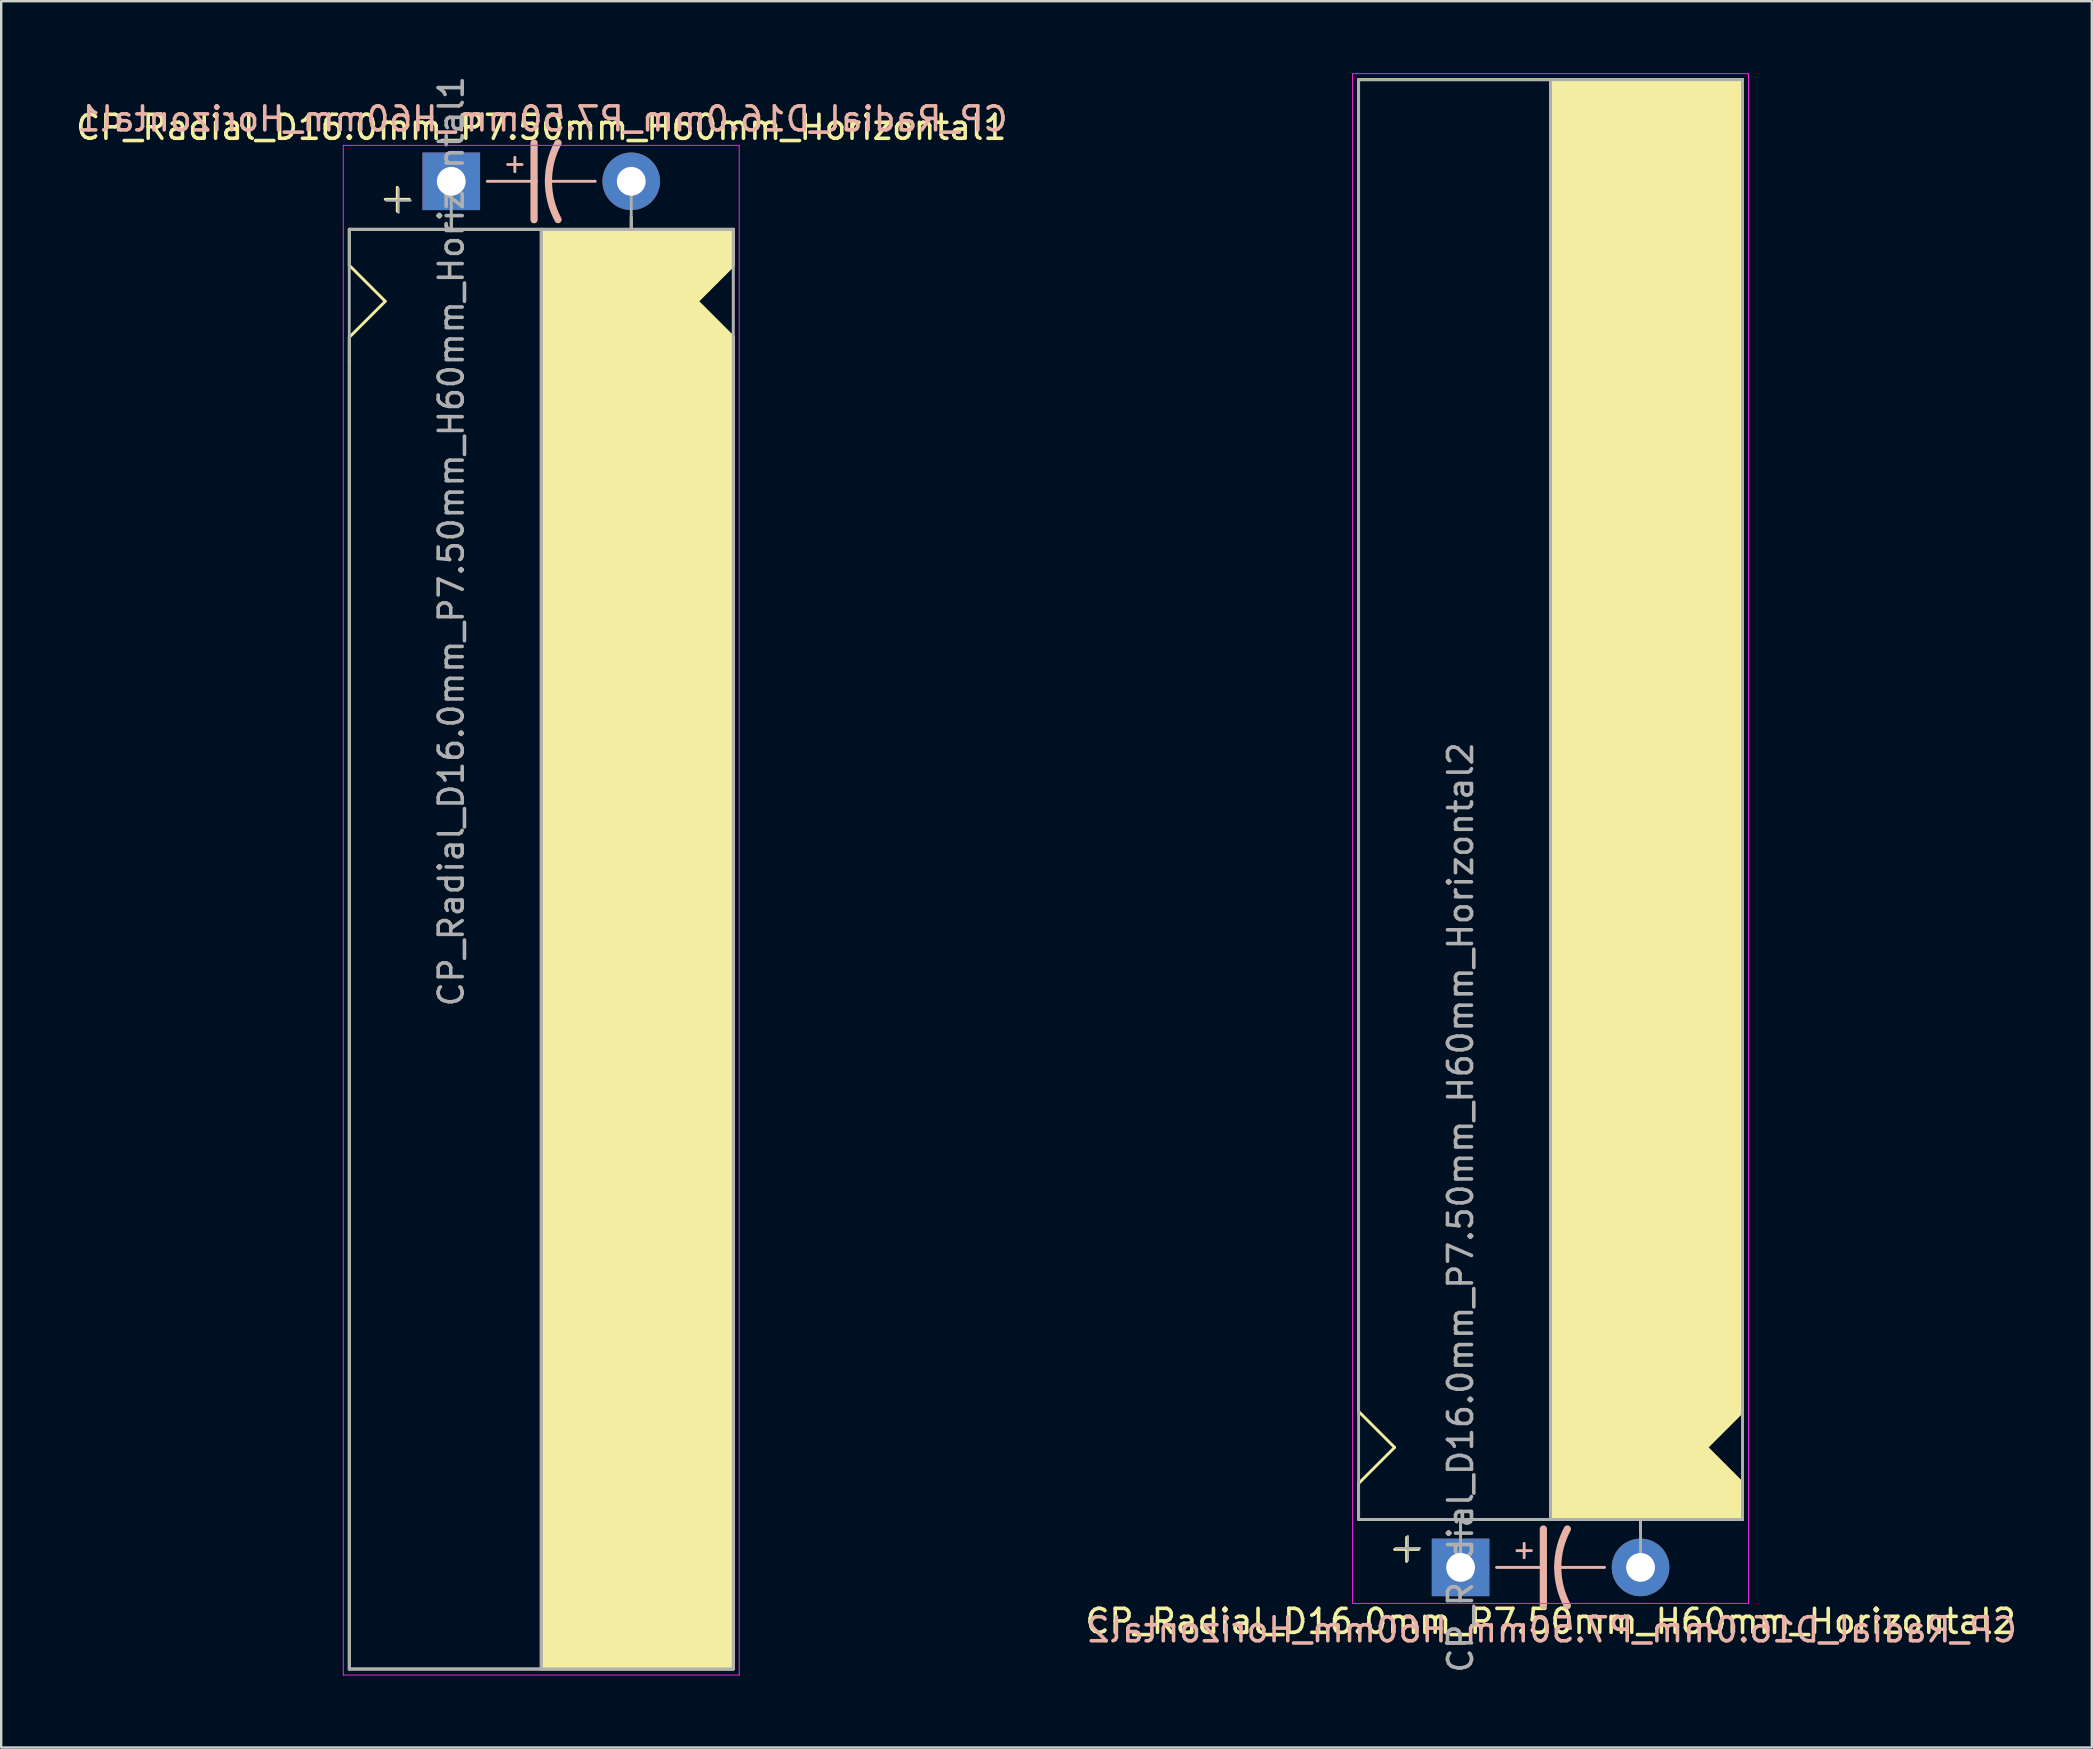
<source format=kicad_pcb>
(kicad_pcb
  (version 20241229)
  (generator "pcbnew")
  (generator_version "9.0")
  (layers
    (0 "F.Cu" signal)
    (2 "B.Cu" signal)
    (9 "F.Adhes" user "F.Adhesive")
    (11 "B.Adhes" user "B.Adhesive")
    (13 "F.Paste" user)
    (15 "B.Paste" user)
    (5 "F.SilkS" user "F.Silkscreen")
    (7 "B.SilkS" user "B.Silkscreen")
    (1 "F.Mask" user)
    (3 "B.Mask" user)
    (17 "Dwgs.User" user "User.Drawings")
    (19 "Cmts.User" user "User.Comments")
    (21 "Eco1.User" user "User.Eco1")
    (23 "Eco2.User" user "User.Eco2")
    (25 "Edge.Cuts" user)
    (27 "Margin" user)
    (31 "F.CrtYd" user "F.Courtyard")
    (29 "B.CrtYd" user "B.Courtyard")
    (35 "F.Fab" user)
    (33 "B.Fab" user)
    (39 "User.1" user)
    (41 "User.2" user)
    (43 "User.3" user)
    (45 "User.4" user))
  (footprint "CP_Radial_D16.0mm_P7.50mm_H60mm_Horizontal1"
    (layer "F.Cu")
    (at 15.756 4.506)
    (property "Reference" "CP_Radial_D16.0mm_P7.50mm_H60mm_Horizontal1" (at 3.75 -2.25 0) (layer "F.SilkS") (effects (font (size 1 1) (thickness 0.15))))
    (fp_line (start -4.25 2) (end -4.25 3.5) (stroke (width 0.12) (type solid)) (layer "F.SilkS"))
    (fp_line (start -4.25 3.5) (end -2.75 5) (stroke (width 0.12) (type solid)) (layer "F.SilkS"))
    (fp_line (start -4.25 6.5) (end -4.25 7.5) (stroke (width 0.12) (type solid)) (layer "F.SilkS"))
    (fp_line (start -4.25 7.5) (end -4.25 62) (stroke (width 0.12) (type solid)) (layer "F.SilkS"))
    (fp_line (start -2.75 5) (end -4.25 6.5) (stroke (width 0.12) (type solid)) (layer "F.SilkS"))
    (fp_line (start -2.25 0.25) (end -2.25 1.25) (stroke (width 0.12) (type solid)) (layer "F.SilkS"))
    (fp_line (start -1.75 0.75) (end -2.75 0.75) (stroke (width 0.12) (type solid)) (layer "F.SilkS"))
    (fp_line (start 0 1.5) (end 0 2) (stroke (width 0.12) (type solid)) (layer "F.SilkS"))
    (fp_line (start 3.75 2) (end -4.25 2) (stroke (width 0.12) (type solid)) (layer "F.SilkS"))
    (fp_line (start 3.75 2) (end 3.75 62) (stroke (width 0.12) (type solid)) (layer "F.SilkS"))
    (fp_line (start 3.75 2) (end 11.75 2) (stroke (width 0.12) (type solid)) (layer "F.SilkS"))
    (fp_line (start 7.5 1.5) (end 7.5 2) (stroke (width 0.12) (type solid)) (layer "F.SilkS"))
    (fp_line (start 10.25 5) (end 11.75 6.5) (stroke (width 0.12) (type solid)) (layer "F.SilkS"))
    (fp_line (start 11.75 2) (end 11.75 3.5) (stroke (width 0.12) (type solid)) (layer "F.SilkS"))
    (fp_line (start 11.75 3.5) (end 10.25 5) (stroke (width 0.12) (type solid)) (layer "F.SilkS"))
    (fp_line (start 11.75 62) (end -4.25 62) (stroke (width 0.12) (type solid)) (layer "F.SilkS"))
    (fp_line (start 11.75 62) (end 11.75 6.5) (stroke (width 0.12) (type solid)) (layer "F.SilkS"))
    (fp_poly (pts (xy 11.75 3.5) (xy 10.25 5) (xy 11.75 6.5) (xy 11.75 62) (xy 3.75 62) (xy 3.75 2) (xy 11.75 2)) (stroke (width 0.1) (type solid)) (fill yes) (layer "F.SilkS"))
    (fp_line (start 1.5 0) (end 3.45 0) (stroke (width 0.12) (type solid)) (layer "B.SilkS"))
    (fp_line (start 2.35 -0.7) (end 2.95 -0.7) (stroke (width 0.12) (type solid)) (layer "B.SilkS"))
    (fp_line (start 2.65 -0.4) (end 2.65 -1) (stroke (width 0.12) (type solid)) (layer "B.SilkS"))
    (fp_line (start 3.45 0) (end 3.45 -1.6) (stroke (width 0.3) (type solid)) (layer "B.SilkS"))
    (fp_line (start 3.45 0) (end 3.45 1.6) (stroke (width 0.3) (type solid)) (layer "B.SilkS"))
    (fp_line (start 6 0) (end 4.05 0) (stroke (width 0.12) (type solid)) (layer "B.SilkS"))
    (fp_arc (start 4.05 0) (mid 4.150512 -0.824872) (end 4.45 -1.6) (stroke (width 0.3) (type solid)) (layer "B.SilkS"))
    (fp_arc (start 4.45 1.596157) (mid 4.151652 0.822725) (end 4.05 0) (stroke (width 0.3) (type solid)) (layer "B.SilkS"))
    (fp_line (start -4.5 -1.5) (end 12 -1.5) (stroke (width 0.04) (type solid)) (layer "F.CrtYd"))
    (fp_line (start -4.5 62.25) (end -4.5 -1.5) (stroke (width 0.04) (type solid)) (layer "F.CrtYd"))
    (fp_line (start 12 -1.5) (end 12 62.25) (stroke (width 0.04) (type solid)) (layer "F.CrtYd"))
    (fp_line (start 12 62.25) (end -4.5 62.25) (stroke (width 0.04) (type solid)) (layer "F.CrtYd"))
    (fp_line (start -4.25 2) (end -4.25 62) (stroke (width 0.12) (type solid)) (layer "F.Fab"))
    (fp_line (start -4.25 62) (end 11.75 62) (stroke (width 0.12) (type solid)) (layer "F.Fab"))
    (fp_line (start -2.7 0.8) (end -1.7 0.8) (stroke (width 0.1) (type solid)) (layer "F.Fab"))
    (fp_line (start -2.2 1.3) (end -2.2 0.3) (stroke (width 0.1) (type solid)) (layer "F.Fab"))
    (fp_line (start 0 0) (end 0 2) (stroke (width 0.12) (type solid)) (layer "F.Fab"))
    (fp_line (start 0 2) (end -4.25 2) (stroke (width 0.12) (type solid)) (layer "F.Fab"))
    (fp_line (start 3.75 2) (end 3.75 62) (stroke (width 0.12) (type solid)) (layer "F.Fab"))
    (fp_line (start 7.5 0) (end 7.5 2) (stroke (width 0.12) (type solid)) (layer "F.Fab"))
    (fp_line (start 11.75 2) (end 0 2) (stroke (width 0.12) (type solid)) (layer "F.Fab"))
    (fp_line (start 11.75 62) (end 11.75 2) (stroke (width 0.12) (type solid)) (layer "F.Fab"))
    (fp_poly (pts (xy 11.75 62) (xy 3.75 62) (xy 3.75 2) (xy 11.75 2)) (stroke (width 0.1) (type solid)) (fill no) (layer "F.Fab"))
    (fp_text user "${REFERENCE}" (at 3.8 -2.6 0) (layer "B.SilkS") (effects (font (size 1 1) (thickness 0.15)) (justify mirror)))
    (fp_text user "${REFERENCE}" (at 0 15 90) (layer "F.Fab") (effects (font (size 1 1) (thickness 0.15))))
    (pad "1" thru_hole rect (at 0 0) (size 2.4 2.4) (drill 1.2) (layers "*.Cu" "*.Mask"))
    (pad "2" thru_hole circle (at 7.5 0) (size 2.4 2.4) (drill 1.2) (layers "*.Cu" "*.Mask")))
  (footprint "CP_Radial_D16.0mm_P7.50mm_H60mm_Horizontal2"
    (layer "F.Cu")
    (at 57.818 62.27)
    (property "Reference" "CP_Radial_D16.0mm_P7.50mm_H60mm_Horizontal2" (at 3.75 2.25 0) (layer "F.SilkS") (effects (font (size 1 1) (thickness 0.15))))
    (fp_line (start -4.25 -7.5) (end -4.25 -62) (stroke (width 0.12) (type solid)) (layer "F.SilkS"))
    (fp_line (start -4.25 -6.5) (end -4.25 -7.5) (stroke (width 0.12) (type solid)) (layer "F.SilkS"))
    (fp_line (start -4.25 -3.5) (end -2.75 -5) (stroke (width 0.12) (type solid)) (layer "F.SilkS"))
    (fp_line (start -4.25 -2) (end -4.25 -3.5) (stroke (width 0.12) (type solid)) (layer "F.SilkS"))
    (fp_line (start -2.75 -5) (end -4.25 -6.5) (stroke (width 0.12) (type solid)) (layer "F.SilkS"))
    (fp_line (start -2.25 -1.25) (end -2.25 -0.25) (stroke (width 0.12) (type solid)) (layer "F.SilkS"))
    (fp_line (start -1.75 -0.75) (end -2.75 -0.75) (stroke (width 0.12) (type solid)) (layer "F.SilkS"))
    (fp_line (start 0 -1.5) (end 0 -2) (stroke (width 0.12) (type solid)) (layer "F.SilkS"))
    (fp_line (start 3.75 -2) (end -4.25 -2) (stroke (width 0.12) (type solid)) (layer "F.SilkS"))
    (fp_line (start 3.75 -2) (end 3.75 -62) (stroke (width 0.12) (type solid)) (layer "F.SilkS"))
    (fp_line (start 3.75 -2) (end 11.75 -2) (stroke (width 0.12) (type solid)) (layer "F.SilkS"))
    (fp_line (start 7.5 -1.5) (end 7.5 -2) (stroke (width 0.12) (type solid)) (layer "F.SilkS"))
    (fp_line (start 10.25 -5) (end 11.75 -6.5) (stroke (width 0.12) (type solid)) (layer "F.SilkS"))
    (fp_line (start 11.75 -62) (end -4.25 -62) (stroke (width 0.12) (type solid)) (layer "F.SilkS"))
    (fp_line (start 11.75 -62) (end 11.75 -6.5) (stroke (width 0.12) (type solid)) (layer "F.SilkS"))
    (fp_line (start 11.75 -3.5) (end 10.25 -5) (stroke (width 0.12) (type solid)) (layer "F.SilkS"))
    (fp_line (start 11.75 -2) (end 11.75 -3.5) (stroke (width 0.12) (type solid)) (layer "F.SilkS"))
    (fp_poly (pts (xy 11.75 -3.5) (xy 10.25 -5) (xy 11.75 -6.5) (xy 11.75 -62) (xy 3.75 -62) (xy 3.75 -2) (xy 11.75 -2)) (stroke (width 0.1) (type solid)) (fill yes) (layer "F.SilkS"))
    (fp_line (start 1.5 0) (end 3.45 0) (stroke (width 0.12) (type solid)) (layer "B.SilkS"))
    (fp_line (start 2.35 -0.7) (end 2.95 -0.7) (stroke (width 0.12) (type solid)) (layer "B.SilkS"))
    (fp_line (start 2.65 -0.4) (end 2.65 -1) (stroke (width 0.12) (type solid)) (layer "B.SilkS"))
    (fp_line (start 3.45 0) (end 3.45 -1.6) (stroke (width 0.3) (type solid)) (layer "B.SilkS"))
    (fp_line (start 3.45 0) (end 3.45 1.6) (stroke (width 0.3) (type solid)) (layer "B.SilkS"))
    (fp_line (start 6 0) (end 4.05 0) (stroke (width 0.12) (type solid)) (layer "B.SilkS"))
    (fp_arc (start 4.05 0) (mid 4.150512 -0.824872) (end 4.45 -1.6) (stroke (width 0.3) (type solid)) (layer "B.SilkS"))
    (fp_arc (start 4.45 1.596157) (mid 4.151652 0.822725) (end 4.05 0) (stroke (width 0.3) (type solid)) (layer "B.SilkS"))
    (fp_line (start -4.5 -62.25) (end -4.5 1.5) (stroke (width 0.04) (type solid)) (layer "F.CrtYd"))
    (fp_line (start -4.5 1.5) (end 12 1.5) (stroke (width 0.04) (type solid)) (layer "F.CrtYd"))
    (fp_line (start 12 -62.25) (end -4.5 -62.25) (stroke (width 0.04) (type solid)) (layer "F.CrtYd"))
    (fp_line (start 12 1.5) (end 12 -62.25) (stroke (width 0.04) (type solid)) (layer "F.CrtYd"))
    (fp_line (start -4.25 -62) (end 11.75 -62) (stroke (width 0.12) (type solid)) (layer "F.Fab"))
    (fp_line (start -4.25 -2) (end -4.25 -62) (stroke (width 0.12) (type solid)) (layer "F.Fab"))
    (fp_line (start -2.7 -0.8) (end -1.7 -0.8) (stroke (width 0.1) (type solid)) (layer "F.Fab"))
    (fp_line (start -2.2 -0.3) (end -2.2 -1.3) (stroke (width 0.1) (type solid)) (layer "F.Fab"))
    (fp_line (start 0 -2) (end -4.25 -2) (stroke (width 0.12) (type solid)) (layer "F.Fab"))
    (fp_line (start 0 0) (end 0 -2) (stroke (width 0.12) (type solid)) (layer "F.Fab"))
    (fp_line (start 3.75 -2) (end 3.75 -62) (stroke (width 0.12) (type solid)) (layer "F.Fab"))
    (fp_line (start 7.5 0) (end 7.5 -2) (stroke (width 0.12) (type solid)) (layer "F.Fab"))
    (fp_line (start 11.75 -62) (end 11.75 -2) (stroke (width 0.12) (type solid)) (layer "F.Fab"))
    (fp_line (start 11.75 -2) (end 0 -2) (stroke (width 0.12) (type solid)) (layer "F.Fab"))
    (fp_poly (pts (xy 11.75 -62) (xy 3.75 -62) (xy 3.75 -2) (xy 11.75 -2)) (stroke (width 0.1) (type solid)) (fill no) (layer "F.Fab"))
    (fp_text user "${REFERENCE}" (at 3.8 2.6 0) (layer "B.SilkS") (effects (font (size 1 1) (thickness 0.15)) (justify mirror)))
    (fp_text user "${REFERENCE}" (at 0 -15 90) (layer "F.Fab") (effects (font (size 1 1) (thickness 0.15))))
    (pad "1" thru_hole rect (at 0 0) (size 2.4 2.4) (drill 1.2) (layers "*.Cu" "*.Mask"))
    (pad "2" thru_hole circle (at 7.5 0) (size 2.4 2.4) (drill 1.2) (layers "*.Cu" "*.Mask")))
  (gr_rect
    (start -3 -3)
    (end 84.124 69.776)
    (stroke (width 0.1) (type default))
    (fill no)
    (layer "Edge.Cuts")))
</source>
